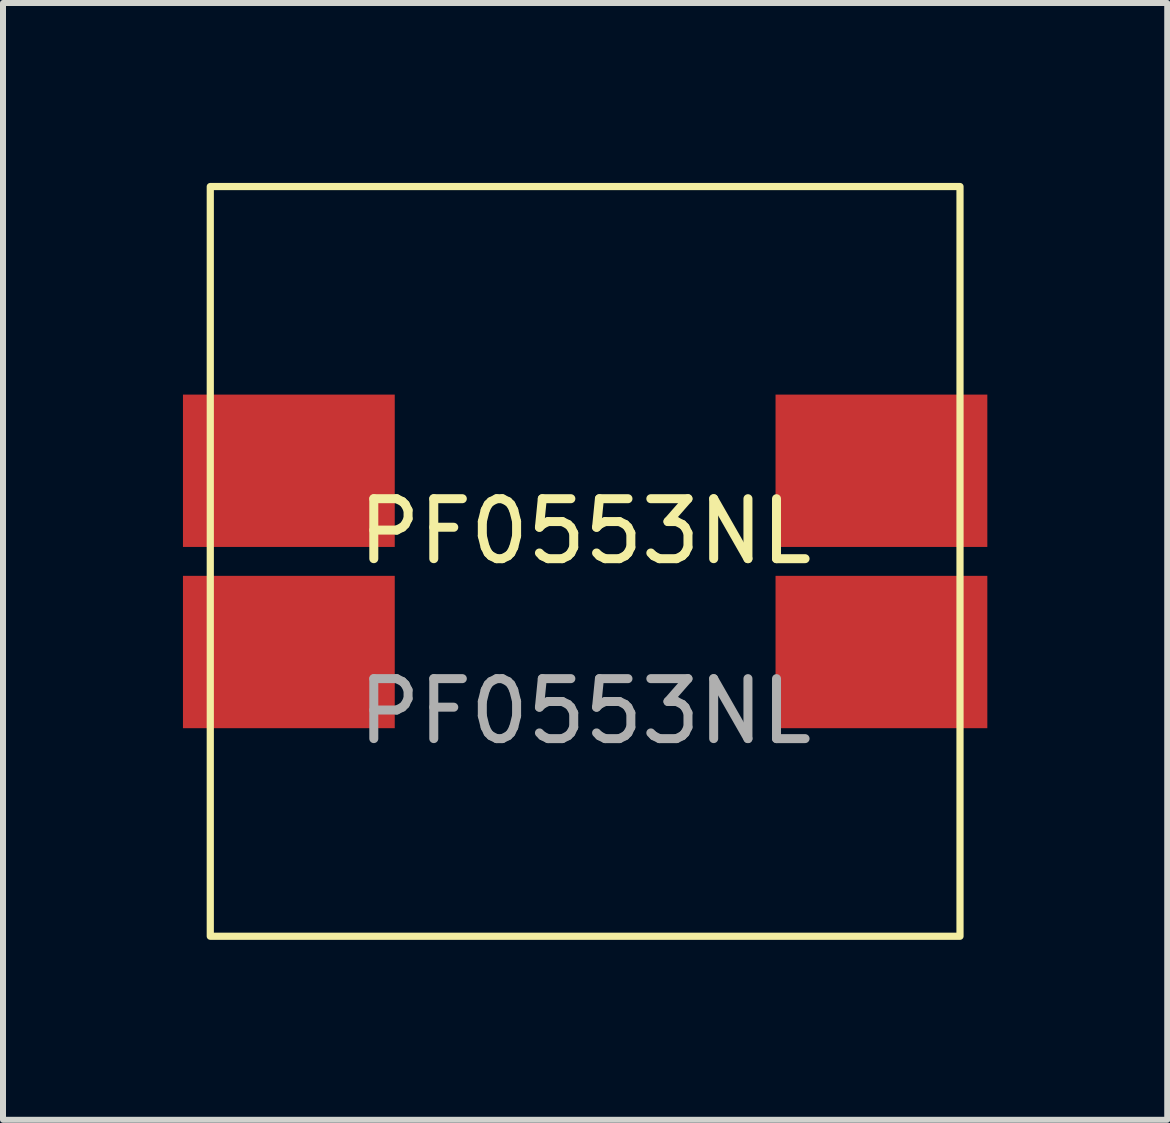
<source format=kicad_pcb>
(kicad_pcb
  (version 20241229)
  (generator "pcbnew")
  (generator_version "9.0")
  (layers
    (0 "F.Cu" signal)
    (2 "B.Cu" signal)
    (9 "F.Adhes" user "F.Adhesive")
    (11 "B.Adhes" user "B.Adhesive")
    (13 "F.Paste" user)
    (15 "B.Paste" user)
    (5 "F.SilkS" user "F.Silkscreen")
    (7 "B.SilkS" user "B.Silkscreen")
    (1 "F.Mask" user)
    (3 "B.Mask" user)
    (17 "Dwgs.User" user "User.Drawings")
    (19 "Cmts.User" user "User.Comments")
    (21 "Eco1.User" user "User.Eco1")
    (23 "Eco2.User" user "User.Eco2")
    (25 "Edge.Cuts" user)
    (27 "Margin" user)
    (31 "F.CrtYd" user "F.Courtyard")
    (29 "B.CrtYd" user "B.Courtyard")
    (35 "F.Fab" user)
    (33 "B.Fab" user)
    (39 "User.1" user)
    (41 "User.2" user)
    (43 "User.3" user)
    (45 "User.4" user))
  (footprint "PF0553NL"
    (layer "F.Cu")
    (at 6.706 6.31)
    (property "Reference" "PF0553NL" (at 0 -0.5 0) (unlocked yes) (layer "F.SilkS") (effects (font (size 1 1) (thickness 0.15))))
    (attr smd)
    (fp_rect (start -6.25 -6.25) (end 6.25 6.25) (stroke (width 0.12) (type solid)) (fill no) (layer "F.SilkS"))
    (fp_text user "${REFERENCE}" (at 0 2.5 0) (unlocked yes) (layer "F.Fab") (effects (font (size 1 1) (thickness 0.15))))
    (pad "1" smd rect (at -4.94 -1.511) (size 3.531 2.54) (layers "F.Cu" "F.Mask" "F.Paste"))
    (pad "2" smd rect (at -4.94 1.511) (size 3.531 2.54) (layers "F.Cu" "F.Mask" "F.Paste"))
    (pad "3" smd rect (at 4.94 1.511) (size 3.531 2.54) (layers "F.Cu" "F.Mask" "F.Paste"))
    (pad "4" smd rect (at 4.94 -1.511) (size 3.531 2.54) (layers "F.Cu" "F.Mask" "F.Paste")))
  (gr_rect
    (start -3 -3)
    (end 16.411 15.62)
    (stroke (width 0.1) (type default))
    (fill no)
    (layer "Edge.Cuts")))
</source>
